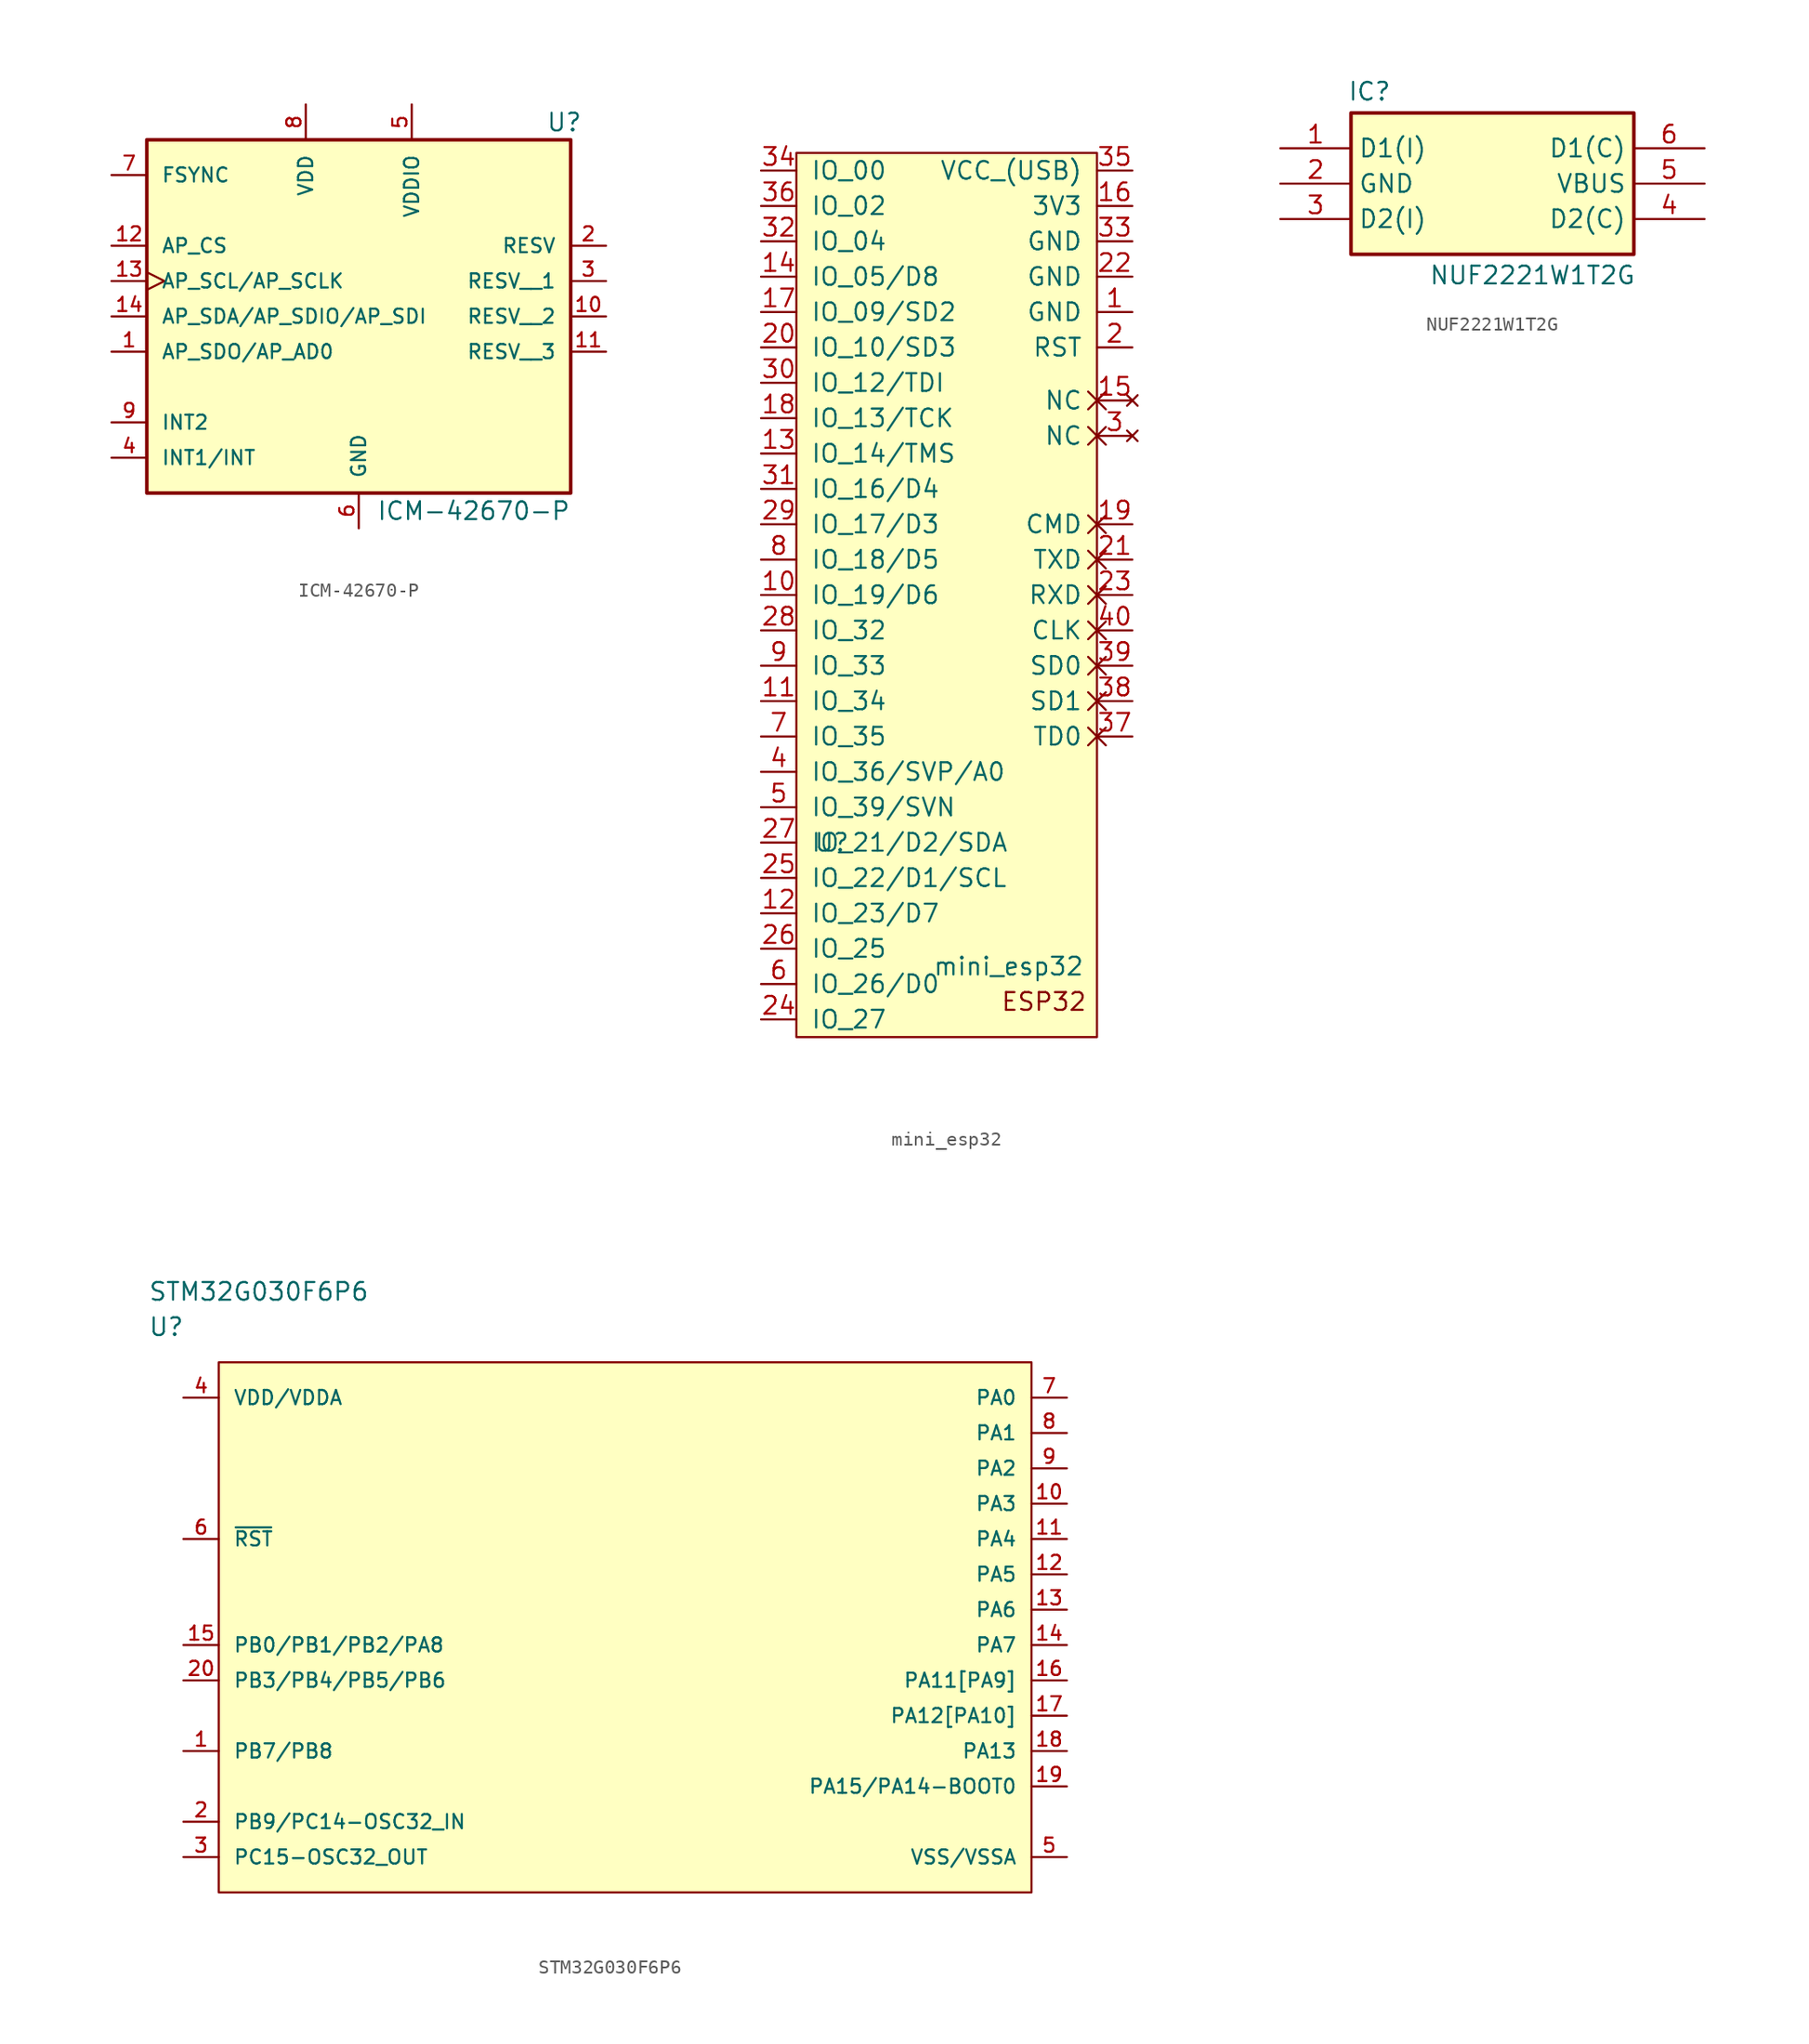
<source format=kicad_sym>
(kicad_symbol_lib
  (version 20231120)
  (generator "kicad_symbol_editor")
  (generator_version "8.0")
  (symbol "ICM-42670-P"
    (pin_names
      (offset 1.016))
    (property "Reference" "U"
      (at 13.462 8.128 0)
      (effects (font (size 1.27 1.27)) (justify left bottom)))
    (property "Value" "ICM-42670-P"
      (at 1.27 -19.812 0)
      (effects (font (size 1.27 1.27)) (justify left bottom)))
    (symbol "ICM-42670-P_0_0"
      (rectangle (start -15.24 7.62) (end 15.24 -17.78) (stroke (width 0.254) (type default)) (fill (type background)))
      (pin bidirectional line (at -17.78 -7.62 0) (length 2.54) (name "AP_SDO/AP_AD0" (effects (font (size 1.016 1.016)))) (number "1" (effects (font (size 1.016 1.016)))))
      (pin passive line (at 17.78 -5.08 180) (length 2.54) (name "RESV__2" (effects (font (size 1.016 1.016)))) (number "10" (effects (font (size 1.016 1.016)))))
      (pin passive line (at 17.78 -7.62 180) (length 2.54) (name "RESV__3" (effects (font (size 1.016 1.016)))) (number "11" (effects (font (size 1.016 1.016)))))
      (pin input line (at -17.78 0 0) (length 2.54) (name "AP_CS" (effects (font (size 1.016 1.016)))) (number "12" (effects (font (size 1.016 1.016)))))
      (pin input clock (at -17.78 -2.54 0) (length 2.54) (name "AP_SCL/AP_SCLK" (effects (font (size 1.016 1.016)))) (number "13" (effects (font (size 1.016 1.016)))))
      (pin bidirectional line (at -17.78 -5.08 0) (length 2.54) (name "AP_SDA/AP_SDIO/AP_SDI" (effects (font (size 1.016 1.016)))) (number "14" (effects (font (size 1.016 1.016)))))
      (pin passive line (at 17.78 0 180) (length 2.54) (name "RESV" (effects (font (size 1.016 1.016)))) (number "2" (effects (font (size 1.016 1.016)))))
      (pin passive line (at 17.78 -2.54 180) (length 2.54) (name "RESV__1" (effects (font (size 1.016 1.016)))) (number "3" (effects (font (size 1.016 1.016)))))
      (pin output line (at -17.78 -15.24 0) (length 2.54) (name "INT1/INT" (effects (font (size 1.016 1.016)))) (number "4" (effects (font (size 1.016 1.016)))))
      (pin power_in line (at 3.81 10.16 270) (length 2.54) (name "VDDIO" (effects (font (size 1.016 1.016)))) (number "5" (effects (font (size 1.016 1.016)))))
      (pin input line (at -17.78 5.08 0) (length 2.54) (name "FSYNC" (effects (font (size 1.016 1.016)))) (number "7" (effects (font (size 1.016 1.016)))))
      (pin power_in line (at -3.81 10.16 270) (length 2.54) (name "VDD" (effects (font (size 1.016 1.016)))) (number "8" (effects (font (size 1.016 1.016)))))
      (pin output line (at -17.78 -12.7 0) (length 2.54) (name "INT2" (effects (font (size 1.016 1.016)))) (number "9" (effects (font (size 1.016 1.016))))))
    (symbol "ICM-42670-P_1_0"
      (pin power_in line (at 0 -20.32 90) (length 2.54) (name "GND" (effects (font (size 1.016 1.016)))) (number "6" (effects (font (size 1.016 1.016)))))))
  (symbol "mini_esp32"
    (pin_names
      (offset 1.016))
    (property "Reference" "U"
      (at -7.62 -50.8 0)
      (effects (font (size 1.27 1.27))))
    (property "Value" "mini_esp32"
      (at 5.08 -59.69 0)
      (effects (font (size 1.27 1.27))))
    (symbol "mini_esp32_0_0"
      (text "ESP32" (at 7.62 -62.23 0) (effects (font (size 1.27 1.27))))
      (pin power_in line (at 13.97 -12.7 180) (length 2.54) (name "GND" (effects (font (size 1.27 1.27)))) (number "1" (effects (font (size 1.27 1.27)))))
      (pin input line (at 13.97 -15.24 180) (length 2.54) (name "RST" (effects (font (size 1.27 1.27)))) (number "2" (effects (font (size 1.27 1.27)))))
      (pin no_connect non_logic (at 13.97 -21.59 180) (length 2.54) (name "NC" (effects (font (size 1.27 1.27)))) (number "3" (effects (font (size 1.27 1.27)))))
      (pin bidirectional line (at -12.7 -45.72 0) (length 2.54) (name "IO_36/SVP/A0" (effects (font (size 1.27 1.27)))) (number "4" (effects (font (size 1.27 1.27)))))
      (pin bidirectional line (at -12.7 -48.26 0) (length 2.54) (name "IO_39/SVN" (effects (font (size 1.27 1.27)))) (number "5" (effects (font (size 1.27 1.27))))))
    (symbol "mini_esp32_0_1"
      (rectangle (start -10.16 -1.27) (end 11.43 -64.77) (stroke (width 0) (type default)) (fill (type background))))
    (symbol "mini_esp32_1_1"
      (pin bidirectional line (at -12.7 -33.02 0) (length 2.54) (name "IO_19/D6" (effects (font (size 1.27 1.27)))) (number "10" (effects (font (size 1.27 1.27)))))
      (pin bidirectional line (at -12.7 -40.64 0) (length 2.54) (name "IO_34" (effects (font (size 1.27 1.27)))) (number "11" (effects (font (size 1.27 1.27)))))
      (pin bidirectional line (at -12.7 -55.88 0) (length 2.54) (name "IO_23/D7" (effects (font (size 1.27 1.27)))) (number "12" (effects (font (size 1.27 1.27)))))
      (pin bidirectional line (at -12.7 -22.86 0) (length 2.54) (name "IO_14/TMS" (effects (font (size 1.27 1.27)))) (number "13" (effects (font (size 1.27 1.27)))))
      (pin bidirectional line (at -12.7 -10.16 0) (length 2.54) (name "IO_05/D8" (effects (font (size 1.27 1.27)))) (number "14" (effects (font (size 1.27 1.27)))))
      (pin no_connect non_logic (at 13.97 -19.05 180) (length 2.54) (name "NC" (effects (font (size 1.27 1.27)))) (number "15" (effects (font (size 1.27 1.27)))))
      (pin power_in line (at 13.97 -5.08 180) (length 2.54) (name "3V3" (effects (font (size 1.27 1.27)))) (number "16" (effects (font (size 1.27 1.27)))))
      (pin bidirectional line (at -12.7 -12.7 0) (length 2.54) (name "IO_09/SD2" (effects (font (size 1.27 1.27)))) (number "17" (effects (font (size 1.27 1.27)))))
      (pin bidirectional line (at -12.7 -20.32 0) (length 2.54) (name "IO_13/TCK" (effects (font (size 1.27 1.27)))) (number "18" (effects (font (size 1.27 1.27)))))
      (pin passive non_logic (at 13.97 -27.94 180) (length 2.54) (name "CMD" (effects (font (size 1.27 1.27)))) (number "19" (effects (font (size 1.27 1.27)))))
      (pin bidirectional line (at -12.7 -15.24 0) (length 2.54) (name "IO_10/SD3" (effects (font (size 1.27 1.27)))) (number "20" (effects (font (size 1.27 1.27)))))
      (pin passive non_logic (at 13.97 -30.48 180) (length 2.54) (name "TXD" (effects (font (size 1.27 1.27)))) (number "21" (effects (font (size 1.27 1.27)))))
      (pin power_in line (at 13.97 -10.16 180) (length 2.54) (name "GND" (effects (font (size 1.27 1.27)))) (number "22" (effects (font (size 1.27 1.27)))))
      (pin passive non_logic (at 13.97 -33.02 180) (length 2.54) (name "RXD" (effects (font (size 1.27 1.27)))) (number "23" (effects (font (size 1.27 1.27)))))
      (pin bidirectional line (at -12.7 -63.5 0) (length 2.54) (name "IO_27" (effects (font (size 1.27 1.27)))) (number "24" (effects (font (size 1.27 1.27)))))
      (pin bidirectional line (at -12.7 -53.34 0) (length 2.54) (name "IO_22/D1/SCL" (effects (font (size 1.27 1.27)))) (number "25" (effects (font (size 1.27 1.27)))))
      (pin bidirectional line (at -12.7 -58.42 0) (length 2.54) (name "IO_25" (effects (font (size 1.27 1.27)))) (number "26" (effects (font (size 1.27 1.27)))))
      (pin bidirectional line (at -12.7 -50.8 0) (length 2.54) (name "IO_21/D2/SDA" (effects (font (size 1.27 1.27)))) (number "27" (effects (font (size 1.27 1.27)))))
      (pin bidirectional line (at -12.7 -35.56 0) (length 2.54) (name "IO_32" (effects (font (size 1.27 1.27)))) (number "28" (effects (font (size 1.27 1.27)))))
      (pin bidirectional line (at -12.7 -27.94 0) (length 2.54) (name "IO_17/D3" (effects (font (size 1.27 1.27)))) (number "29" (effects (font (size 1.27 1.27)))))
      (pin bidirectional line (at -12.7 -17.78 0) (length 2.54) (name "IO_12/TDI" (effects (font (size 1.27 1.27)))) (number "30" (effects (font (size 1.27 1.27)))))
      (pin bidirectional line (at -12.7 -25.4 0) (length 2.54) (name "IO_16/D4" (effects (font (size 1.27 1.27)))) (number "31" (effects (font (size 1.27 1.27)))))
      (pin bidirectional line (at -12.7 -7.62 0) (length 2.54) (name "IO_04" (effects (font (size 1.27 1.27)))) (number "32" (effects (font (size 1.27 1.27)))))
      (pin power_in line (at 13.97 -7.62 180) (length 2.54) (name "GND" (effects (font (size 1.27 1.27)))) (number "33" (effects (font (size 1.27 1.27)))))
      (pin bidirectional line (at -12.7 -2.54 0) (length 2.54) (name "IO_00" (effects (font (size 1.27 1.27)))) (number "34" (effects (font (size 1.27 1.27)))))
      (pin power_in line (at 13.97 -2.54 180) (length 2.54) (name "VCC_(USB)" (effects (font (size 1.27 1.27)))) (number "35" (effects (font (size 1.27 1.27)))))
      (pin bidirectional line (at -12.7 -5.08 0) (length 2.54) (name "IO_02" (effects (font (size 1.27 1.27)))) (number "36" (effects (font (size 1.27 1.27)))))
      (pin passive non_logic (at 13.97 -43.18 180) (length 2.54) (name "TD0" (effects (font (size 1.27 1.27)))) (number "37" (effects (font (size 1.27 1.27)))))
      (pin passive non_logic (at 13.97 -40.64 180) (length 2.54) (name "SD1" (effects (font (size 1.27 1.27)))) (number "38" (effects (font (size 1.27 1.27)))))
      (pin passive non_logic (at 13.97 -38.1 180) (length 2.54) (name "SD0" (effects (font (size 1.27 1.27)))) (number "39" (effects (font (size 1.27 1.27)))))
      (pin passive non_logic (at 13.97 -35.56 180) (length 2.54) (name "CLK" (effects (font (size 1.27 1.27)))) (number "40" (effects (font (size 1.27 1.27)))))
      (pin bidirectional line (at -12.7 -60.96 0) (length 2.54) (name "IO_26/D0" (effects (font (size 1.27 1.27)))) (number "6" (effects (font (size 1.27 1.27)))))
      (pin bidirectional line (at -12.7 -43.18 0) (length 2.54) (name "IO_35" (effects (font (size 1.27 1.27)))) (number "7" (effects (font (size 1.27 1.27)))))
      (pin bidirectional line (at -12.7 -30.48 0) (length 2.54) (name "IO_18/D5" (effects (font (size 1.27 1.27)))) (number "8" (effects (font (size 1.27 1.27)))))
      (pin bidirectional line (at -12.7 -38.1 0) (length 2.54) (name "IO_33" (effects (font (size 1.27 1.27)))) (number "9" (effects (font (size 1.27 1.27)))))))
  (symbol "NUF2221W1T2G"
    (property "Reference" "IC"
      (at 4.826 4.826 0)
      (effects (font (size 1.27 1.27)) (justify left top)))
    (property "Value" "NUF2221W1T2G"
      (at 10.668 -8.382 0)
      (effects (font (size 1.27 1.27)) (justify left top)))
    (symbol "NUF2221W1T2G_1_1"
      (rectangle (start 5.08 2.54) (end 25.4 -7.62) (stroke (width 0.254) (type default)) (fill (type background)))
      (pin passive line (at 0 0 0) (length 5.08) (name "D1(I)" (effects (font (size 1.27 1.27)))) (number "1" (effects (font (size 1.27 1.27)))))
      (pin passive line (at 0 -2.54 0) (length 5.08) (name "GND" (effects (font (size 1.27 1.27)))) (number "2" (effects (font (size 1.27 1.27)))))
      (pin passive line (at 0 -5.08 0) (length 5.08) (name "D2(I)" (effects (font (size 1.27 1.27)))) (number "3" (effects (font (size 1.27 1.27)))))
      (pin passive line (at 30.48 -5.08 180) (length 5.08) (name "D2(C)" (effects (font (size 1.27 1.27)))) (number "4" (effects (font (size 1.27 1.27)))))
      (pin passive line (at 30.48 -2.54 180) (length 5.08) (name "VBUS" (effects (font (size 1.27 1.27)))) (number "5" (effects (font (size 1.27 1.27)))))
      (pin passive line (at 30.48 0 180) (length 5.08) (name "D1(C)" (effects (font (size 1.27 1.27)))) (number "6" (effects (font (size 1.27 1.27)))))))
  (symbol "STM32G030F6P6"
    (pin_names
      (offset 1.016))
    (property "Reference" "U"
      (at 0 5.08 0)
      (effects (font (size 1.27 1.27)) (justify left)))
    (property "Value" "STM32G030F6P6"
      (at 0 7.62 0)
      (effects (font (size 1.27 1.27)) (justify left)))
    (property "ki_locked" ""
      (at 0 0 0)
      (effects (font (size 1.27 1.27))))
    (symbol "STM32G030F6P6_1_1"
      (rectangle (start 5.08 2.54) (end 63.5 -35.56) (stroke (width 0) (type default)) (fill (type background)))
      (pin bidirectional line (at 2.54 -25.4 0) (length 2.54) (name "PB7/PB8" (effects (font (size 1.016 1.016)))) (number "1" (effects (font (size 1.016 1.016)))))
      (pin bidirectional line (at 66.04 -7.62 180) (length 2.54) (name "PA3" (effects (font (size 1.016 1.016)))) (number "10" (effects (font (size 1.016 1.016)))))
      (pin bidirectional line (at 66.04 -10.16 180) (length 2.54) (name "PA4" (effects (font (size 1.016 1.016)))) (number "11" (effects (font (size 1.016 1.016)))))
      (pin bidirectional line (at 66.04 -12.7 180) (length 2.54) (name "PA5" (effects (font (size 1.016 1.016)))) (number "12" (effects (font (size 1.016 1.016)))))
      (pin bidirectional line (at 66.04 -15.24 180) (length 2.54) (name "PA6" (effects (font (size 1.016 1.016)))) (number "13" (effects (font (size 1.016 1.016)))))
      (pin bidirectional line (at 66.04 -17.78 180) (length 2.54) (name "PA7" (effects (font (size 1.016 1.016)))) (number "14" (effects (font (size 1.016 1.016)))))
      (pin bidirectional line (at 2.54 -17.78 0) (length 2.54) (name "PB0/PB1/PB2/PA8" (effects (font (size 1.016 1.016)))) (number "15" (effects (font (size 1.016 1.016)))))
      (pin bidirectional line (at 66.04 -20.32 180) (length 2.54) (name "PA11[PA9]" (effects (font (size 1.016 1.016)))) (number "16" (effects (font (size 1.016 1.016)))))
      (pin bidirectional line (at 66.04 -22.86 180) (length 2.54) (name "PA12[PA10]" (effects (font (size 1.016 1.016)))) (number "17" (effects (font (size 1.016 1.016)))))
      (pin bidirectional line (at 66.04 -25.4 180) (length 2.54) (name "PA13" (effects (font (size 1.016 1.016)))) (number "18" (effects (font (size 1.016 1.016)))))
      (pin bidirectional line (at 66.04 -27.94 180) (length 2.54) (name "PA15/PA14-BOOT0" (effects (font (size 1.016 1.016)))) (number "19" (effects (font (size 1.016 1.016)))))
      (pin bidirectional line (at 2.54 -30.48 0) (length 2.54) (name "PB9/PC14-OSC32_IN" (effects (font (size 1.016 1.016)))) (number "2" (effects (font (size 1.016 1.016)))))
      (pin bidirectional line (at 2.54 -20.32 0) (length 2.54) (name "PB3/PB4/PB5/PB6" (effects (font (size 1.016 1.016)))) (number "20" (effects (font (size 1.016 1.016)))))
      (pin bidirectional line (at 2.54 -33.02 0) (length 2.54) (name "PC15-OSC32_OUT" (effects (font (size 1.016 1.016)))) (number "3" (effects (font (size 1.016 1.016)))))
      (pin power_in line (at 2.54 0 0) (length 2.54) (name "VDD/VDDA" (effects (font (size 1.016 1.016)))) (number "4" (effects (font (size 1.016 1.016)))))
      (pin power_in line (at 66.04 -33.02 180) (length 2.54) (name "VSS/VSSA" (effects (font (size 1.016 1.016)))) (number "5" (effects (font (size 1.016 1.016)))))
      (pin input line (at 2.54 -10.16 0) (length 2.54) (name "~{RST}" (effects (font (size 1.016 1.016)))) (number "6" (effects (font (size 1.016 1.016)))))
      (pin bidirectional line (at 66.04 0 180) (length 2.54) (name "PA0" (effects (font (size 1.016 1.016)))) (number "7" (effects (font (size 1.016 1.016)))))
      (pin bidirectional line (at 66.04 -2.54 180) (length 2.54) (name "PA1" (effects (font (size 1.016 1.016)))) (number "8" (effects (font (size 1.016 1.016)))))
      (pin bidirectional line (at 66.04 -5.08 180) (length 2.54) (name "PA2" (effects (font (size 1.016 1.016)))) (number "9" (effects (font (size 1.016 1.016))))))))
</source>
